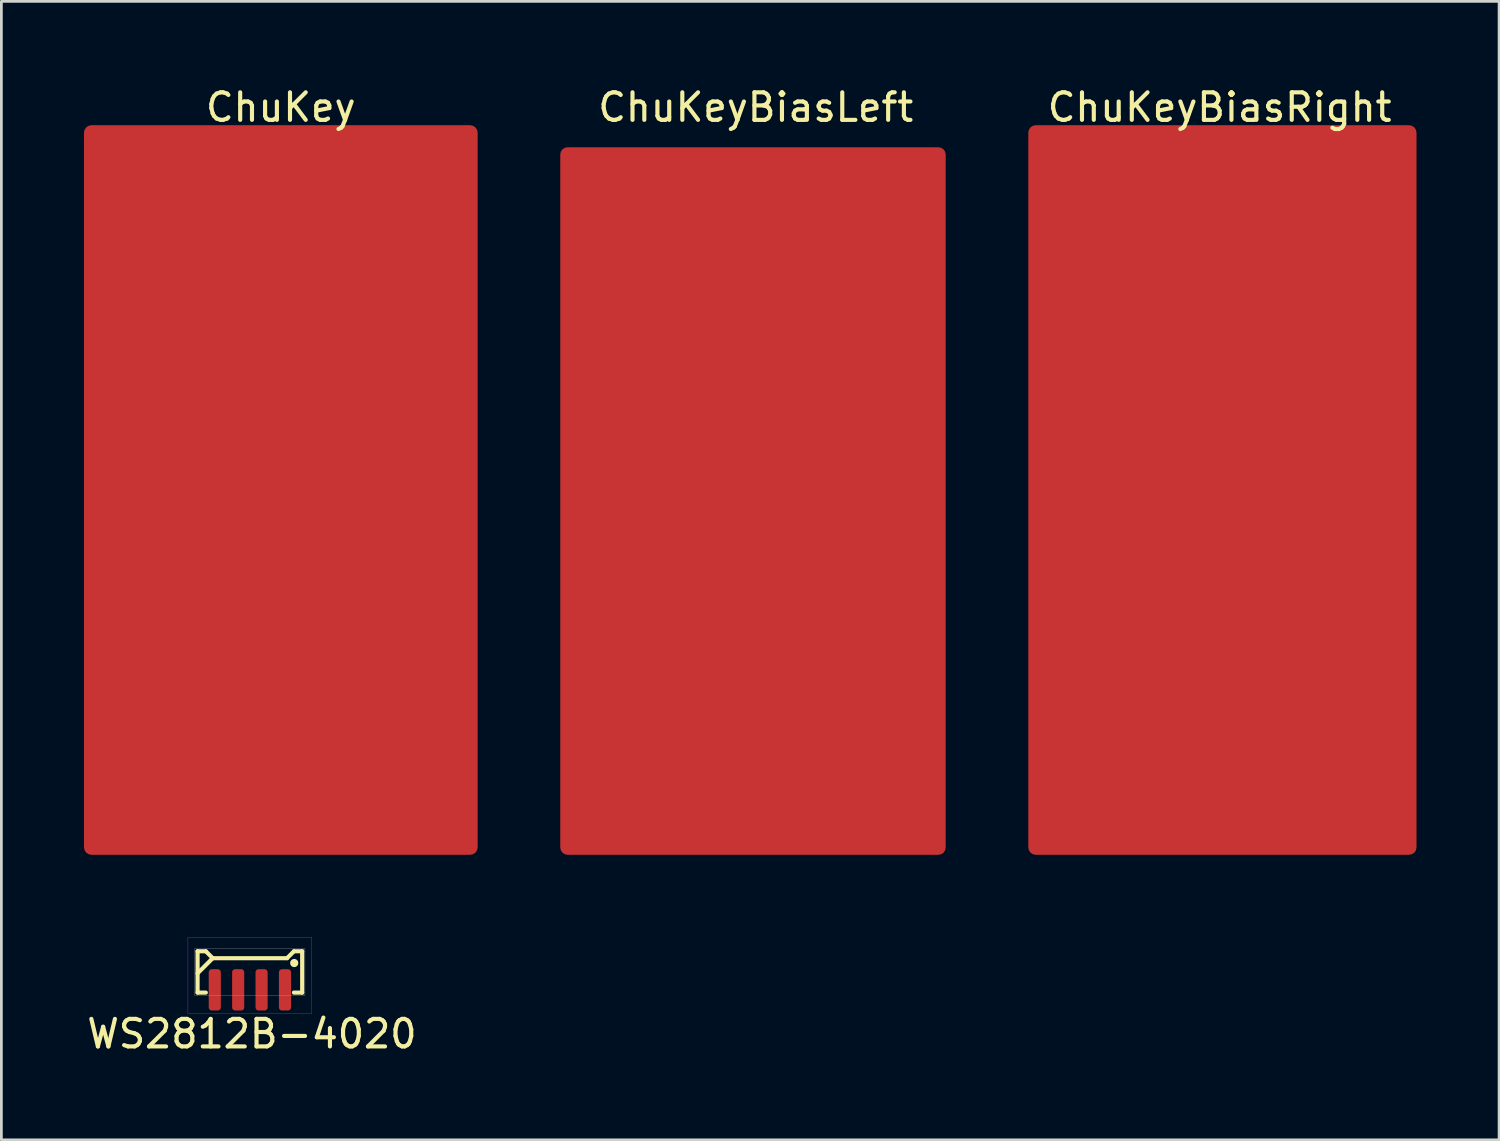
<source format=kicad_pcb>
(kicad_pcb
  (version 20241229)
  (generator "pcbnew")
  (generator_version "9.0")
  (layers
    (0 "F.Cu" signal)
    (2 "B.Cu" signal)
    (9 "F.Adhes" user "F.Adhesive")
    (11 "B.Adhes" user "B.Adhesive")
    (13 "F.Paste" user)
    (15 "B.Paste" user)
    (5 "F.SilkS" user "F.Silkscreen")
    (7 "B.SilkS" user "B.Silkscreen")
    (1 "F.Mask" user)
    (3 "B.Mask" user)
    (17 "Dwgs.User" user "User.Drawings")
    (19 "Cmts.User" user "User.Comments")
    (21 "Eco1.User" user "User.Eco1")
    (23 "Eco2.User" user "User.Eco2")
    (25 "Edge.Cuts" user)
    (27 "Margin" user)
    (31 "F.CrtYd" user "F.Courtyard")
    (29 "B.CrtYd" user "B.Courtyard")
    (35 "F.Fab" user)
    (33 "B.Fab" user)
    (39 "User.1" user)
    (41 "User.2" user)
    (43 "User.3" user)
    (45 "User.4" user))
  (footprint "ChuKey"
    (layer "F.Cu")
    (at 7.15 15.148)
    (property "Reference" "ChuKey" (at 0 -14.3 0) (unlocked yes) (layer "F.SilkS") (effects (font (size 1 1) (thickness 0.15))))
    (attr smd)
    (pad "1" smd roundrect (at 0 -0.4) (size 14.3 26.5) (layers "F.Cu") (roundrect_rratio 0.019)))
  (footprint "WS2812B-4020"
    (layer "F.Cu")
    (at 6.026 32.253)
    (property "Reference" "WS2812B-4020" (at 0.075 2.25 0) (layer "F.SilkS") (effects (font (size 1 1) (thickness 0.15))))
    (attr through_hole)
    (fp_line (start -1.9 -0.75) (end -1.6 -0.75) (stroke (width 0.15) (type solid)) (layer "F.SilkS"))
    (fp_line (start -1.9 0.75) (end -1.9 -0.75) (stroke (width 0.15) (type solid)) (layer "F.SilkS"))
    (fp_line (start -1.9 0.75) (end -1.6 0.75) (stroke (width 0.15) (type solid)) (layer "F.SilkS"))
    (fp_line (start -1.6 -0.75) (end -1.35 -0.5) (stroke (width 0.15) (type solid)) (layer "F.SilkS"))
    (fp_line (start -1.35 -0.5) (end -1.9 0.05) (stroke (width 0.15) (type solid)) (layer "F.SilkS"))
    (fp_line (start -1.35 -0.5) (end 1.35 -0.5) (stroke (width 0.15) (type solid)) (layer "F.SilkS"))
    (fp_line (start 1.6 -0.75) (end 1.35 -0.5) (stroke (width 0.15) (type solid)) (layer "F.SilkS"))
    (fp_line (start 1.9 -0.75) (end 1.6 -0.75) (stroke (width 0.15) (type solid)) (layer "F.SilkS"))
    (fp_line (start 1.9 -0.75) (end 1.9 0.75) (stroke (width 0.15) (type solid)) (layer "F.SilkS"))
    (fp_line (start 1.9 0.75) (end 1.6 0.75) (stroke (width 0.15) (type solid)) (layer "F.SilkS"))
    (fp_circle (center 1.611 -0.324) (end 1.686 -0.324) (stroke (width 0.15) (type solid)) (fill no) (layer "F.SilkS"))
    (fp_line (start -2.25 -1.25) (end -2.25 1.25) (stroke (width 0.01) (type solid)) (layer "F.CrtYd"))
    (fp_line (start -2.25 1.25) (end -2.25 1.5) (stroke (width 0.01) (type solid)) (layer "F.CrtYd"))
    (fp_line (start -2.25 1.5) (end 2.25 1.5) (stroke (width 0.01) (type solid)) (layer "F.CrtYd"))
    (fp_line (start 2.25 -1.25) (end -2.25 -1.25) (stroke (width 0.01) (type solid)) (layer "F.CrtYd"))
    (fp_line (start 2.25 1.5) (end 2.25 -1.25) (stroke (width 0.01) (type solid)) (layer "F.CrtYd"))
    (fp_line (start -2 -0.85) (end -2 0.85) (stroke (width 0.01) (type solid)) (layer "F.Fab"))
    (fp_line (start -2 0.85) (end 2 0.85) (stroke (width 0.01) (type solid)) (layer "F.Fab"))
    (fp_line (start 2 -0.85) (end -2 -0.85) (stroke (width 0.01) (type solid)) (layer "F.Fab"))
    (fp_line (start 2 0.85) (end 2 -0.85) (stroke (width 0.01) (type solid)) (layer "F.Fab"))
    (pad "4" smd roundrect (at -1.275 0.65) (size 0.44 1.5) (layers "F.Cu" "F.Mask" "F.Paste") (roundrect_rratio 0.25))
    (pad "I" smd roundrect (at 1.275 0.65) (size 0.44 1.5) (layers "F.Cu" "F.Mask" "F.Paste") (roundrect_rratio 0.25))
    (pad "O" smd roundrect (at -0.425 0.65) (size 0.44 1.5) (layers "F.Cu" "F.Mask" "F.Paste") (roundrect_rratio 0.25))
    (pad "V" smd roundrect (at 0.425 0.65) (size 0.44 1.5) (layers "F.Cu" "F.Mask" "F.Paste") (roundrect_rratio 0.25)))
  (footprint "ChuKeyBiasLeft"
    (layer "F.Cu")
    (at 24.4 15.148)
    (property "Reference" "ChuKeyBiasLeft" (at 0 -14.3 0) (unlocked yes) (layer "F.SilkS") (effects (font (size 1 1) (thickness 0.15))))
    (attr smd)
    (pad "1" smd roundrect (at 0 0) (size 14 25.7) (drill (offset -0.1 0)) (layers "F.Cu") (roundrect_rratio 0.019)))
  (footprint "ChuKeyBiasRight"
    (layer "F.Cu")
    (at 41.25 15.148)
    (property "Reference" "ChuKeyBiasRight" (at 0 -14.3 0) (unlocked yes) (layer "F.SilkS") (effects (font (size 1 1) (thickness 0.15))))
    (attr smd)
    (pad "1" smd roundrect (at 0 -0.4) (size 14.1 26.5) (drill (offset 0.1 0)) (layers "F.Cu") (roundrect_rratio 0.019)))
  (gr_rect
    (start -3 -3)
    (end 51.4 38.352)
    (stroke (width 0.1) (type default))
    (fill no)
    (layer "Edge.Cuts")))
</source>
